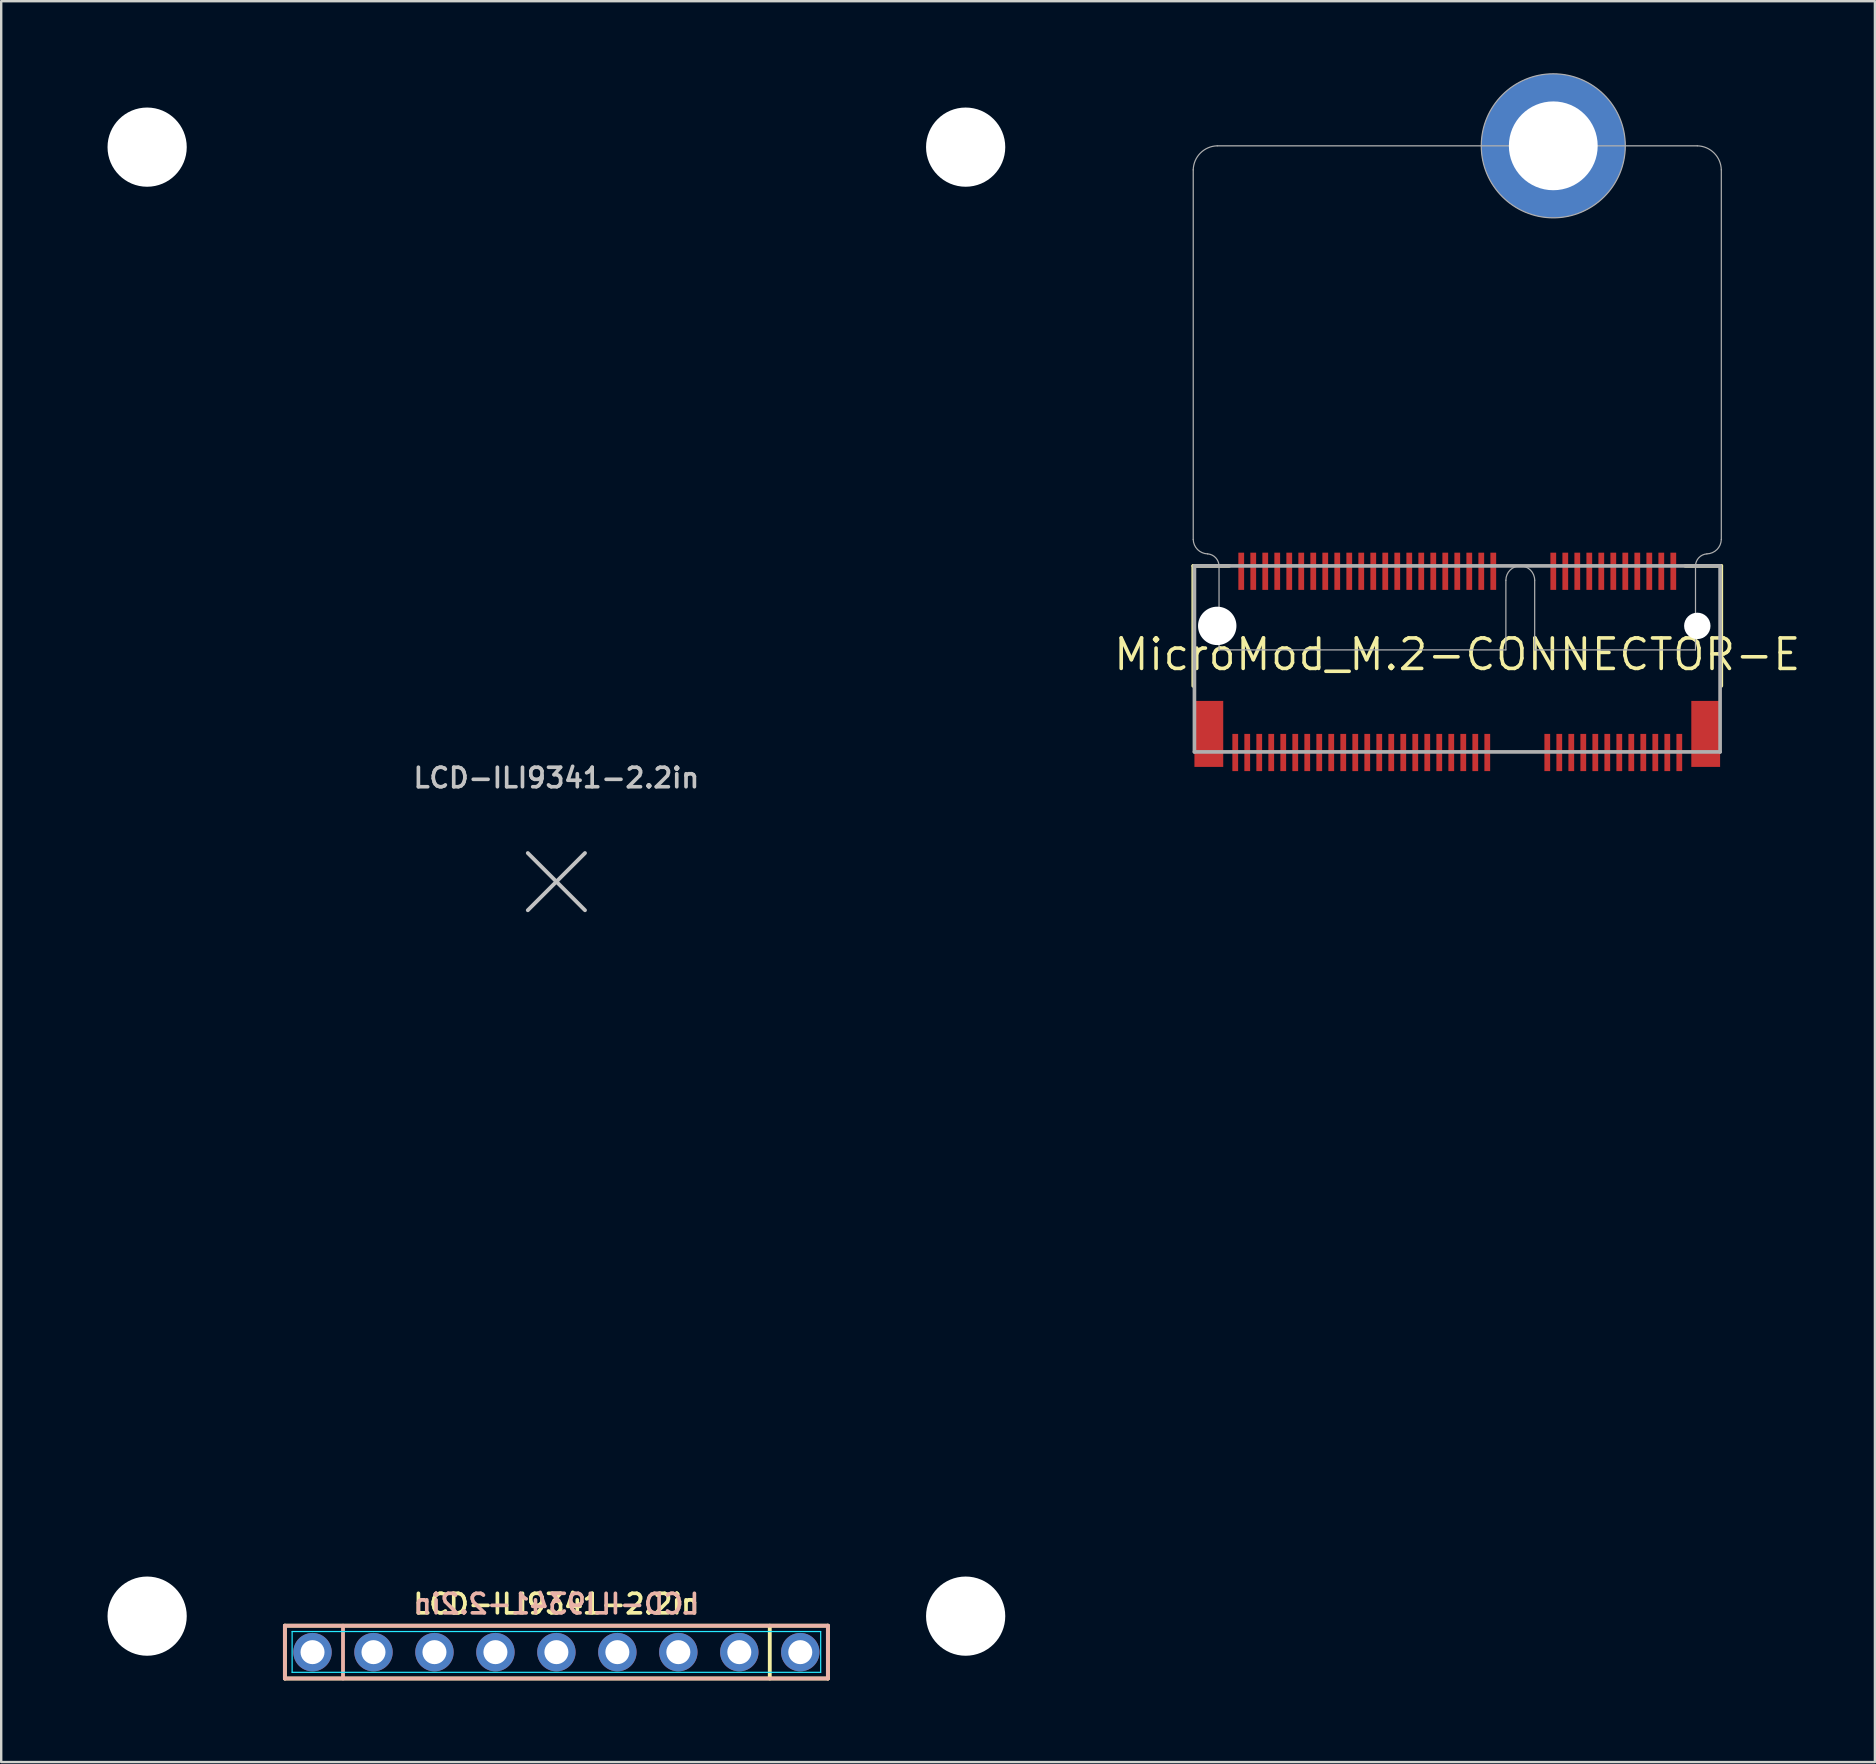
<source format=kicad_pcb>
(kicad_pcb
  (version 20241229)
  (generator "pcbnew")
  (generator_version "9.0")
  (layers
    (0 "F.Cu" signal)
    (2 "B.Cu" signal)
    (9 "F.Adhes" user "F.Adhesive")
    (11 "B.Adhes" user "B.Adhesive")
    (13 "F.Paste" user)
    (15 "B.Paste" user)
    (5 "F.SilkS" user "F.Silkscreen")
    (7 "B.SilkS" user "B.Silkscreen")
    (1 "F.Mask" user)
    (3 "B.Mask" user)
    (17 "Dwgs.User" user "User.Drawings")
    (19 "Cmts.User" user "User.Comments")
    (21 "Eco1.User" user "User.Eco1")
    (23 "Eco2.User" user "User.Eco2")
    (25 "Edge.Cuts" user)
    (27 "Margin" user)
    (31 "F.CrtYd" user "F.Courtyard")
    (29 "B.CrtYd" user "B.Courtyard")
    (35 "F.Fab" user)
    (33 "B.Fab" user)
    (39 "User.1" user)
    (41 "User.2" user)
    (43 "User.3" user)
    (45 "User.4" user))
  (footprint "MicroMod_M.2-CONNECTOR-E"
    (layer "F.Cu")
    (at 57.661 23.025)
    (property "Reference" "MicroMod_M.2-CONNECTOR-E" (at 0 1.191 0) (layer "F.SilkS") (effects (font (size 1.27 1.27) (thickness 0.15))))
    (attr through_hole)
    (fp_line (start -11 2.5) (end -11 -2.5) (stroke (width 0.152) (type solid)) (layer "F.SilkS"))
    (fp_line (start -9.5 -2.5) (end -11 -2.5) (stroke (width 0.152) (type solid)) (layer "F.SilkS"))
    (fp_line (start 11 -2.5) (end 9.5 -2.5) (stroke (width 0.152) (type solid)) (layer "F.SilkS"))
    (fp_line (start 11 2.5) (end 11 -2.5) (stroke (width 0.152) (type solid)) (layer "F.SilkS"))
    (fp_line (start -11 -19) (end -11 -3.6) (stroke (width 0.051) (type solid)) (layer "F.Fab"))
    (fp_line (start -10.95 -2.5) (end -10.95 5.25) (stroke (width 0.152) (type solid)) (layer "F.Fab"))
    (fp_line (start -10.95 5.25) (end 10.95 5.25) (stroke (width 0.152) (type solid)) (layer "F.Fab"))
    (fp_line (start -9.925 1) (end -9.925 -2.5) (stroke (width 0.051) (type solid)) (layer "F.Fab"))
    (fp_line (start 2.025 -1.9) (end 2.025 1) (stroke (width 0.051) (type solid)) (layer "F.Fab"))
    (fp_line (start 2.025 1) (end -9.925 1) (stroke (width 0.051) (type solid)) (layer "F.Fab"))
    (fp_line (start 3.225 -1.9) (end 3.225 1) (stroke (width 0.051) (type solid)) (layer "F.Fab"))
    (fp_line (start 9.925 -2.5) (end 9.925 1) (stroke (width 0.051) (type solid)) (layer "F.Fab"))
    (fp_line (start 9.925 1) (end 3.225 1) (stroke (width 0.051) (type solid)) (layer "F.Fab"))
    (fp_line (start 10 -20) (end -10 -20) (stroke (width 0.051) (type solid)) (layer "F.Fab"))
    (fp_line (start 10.95 -2.5) (end -10.95 -2.5) (stroke (width 0.152) (type solid)) (layer "F.Fab"))
    (fp_line (start 10.95 5.25) (end 10.95 -2.5) (stroke (width 0.152) (type solid)) (layer "F.Fab"))
    (fp_line (start 11 -19) (end 11 -3.6) (stroke (width 0.05) (type solid)) (layer "F.Fab"))
    (fp_arc (start -11 -19) (mid -10.7 -19.7) (end -10 -20) (stroke (width 0.05) (type solid)) (layer "F.Fab"))
    (fp_arc (start -10.400001 -2.999999) (mid -10.819362 -3.180638) (end -11 -3.6) (stroke (width 0.05) (type solid)) (layer "F.Fab"))
    (fp_arc (start -10.4 -3) (mid -10.066759 -2.840954) (end -9.925 -2.5) (stroke (width 0.0508) (type solid)) (layer "F.Fab"))
    (fp_arc (start 2.025 -1.9) (mid 2.625 -2.5) (end 3.225 -1.9) (stroke (width 0.0508) (type solid)) (layer "F.Fab"))
    (fp_arc (start 9.925 -2.5) (mid 10.065344 -2.842298) (end 10.4 -3) (stroke (width 0.0508) (type solid)) (layer "F.Fab"))
    (fp_arc (start 10 -20) (mid 10.7 -19.7) (end 11 -19) (stroke (width 0.05) (type solid)) (layer "F.Fab"))
    (fp_arc (start 10.999999 -3.599999) (mid 10.819361 -3.180638) (end 10.4 -3) (stroke (width 0.05) (type solid)) (layer "F.Fab"))
    (fp_circle (center 4 -20) (end 7 -20) (stroke (width 0.05) (type solid)) (fill no) (layer "F.Fab"))
    (pad "" np_thru_hole circle (at -10 0) (size 1.6 1.6) (drill 1.6) (layers "*.Cu" "*.Mask"))
    (pad "" np_thru_hole circle (at 10 0) (size 1.1 1.1) (drill 1.1) (layers "*.Cu" "*.Mask"))
    (pad "1" smd rect (at 9.25 5.275 180) (size 0.24 1.55) (layers "F.Cu" "F.Mask" "F.Paste"))
    (pad "2" smd rect (at 9 -2.275 180) (size 0.24 1.55) (layers "F.Cu" "F.Mask" "F.Paste"))
    (pad "3" smd rect (at 8.75 5.275 180) (size 0.24 1.55) (layers "F.Cu" "F.Mask" "F.Paste"))
    (pad "4" smd rect (at 8.5 -2.275 180) (size 0.24 1.55) (layers "F.Cu" "F.Mask" "F.Paste"))
    (pad "5" smd rect (at 8.25 5.275 180) (size 0.24 1.55) (layers "F.Cu" "F.Mask" "F.Paste"))
    (pad "6" smd rect (at 8 -2.275 180) (size 0.24 1.55) (layers "F.Cu" "F.Mask" "F.Paste"))
    (pad "7" smd rect (at 7.75 5.275 180) (size 0.24 1.55) (layers "F.Cu" "F.Mask" "F.Paste"))
    (pad "8" smd rect (at 7.5 -2.275 180) (size 0.24 1.55) (layers "F.Cu" "F.Mask" "F.Paste"))
    (pad "9" smd rect (at 7.25 5.275 180) (size 0.24 1.55) (layers "F.Cu" "F.Mask" "F.Paste"))
    (pad "10" smd rect (at 7 -2.275 180) (size 0.24 1.55) (layers "F.Cu" "F.Mask" "F.Paste"))
    (pad "11" smd rect (at 6.75 5.275 180) (size 0.24 1.55) (layers "F.Cu" "F.Mask" "F.Paste"))
    (pad "12" smd rect (at 6.5 -2.275 180) (size 0.24 1.55) (layers "F.Cu" "F.Mask" "F.Paste"))
    (pad "13" smd rect (at 6.25 5.275 180) (size 0.24 1.55) (layers "F.Cu" "F.Mask" "F.Paste"))
    (pad "14" smd rect (at 6 -2.275 180) (size 0.24 1.55) (layers "F.Cu" "F.Mask" "F.Paste"))
    (pad "15" smd rect (at 5.75 5.275 180) (size 0.24 1.55) (layers "F.Cu" "F.Mask" "F.Paste"))
    (pad "16" smd rect (at 5.5 -2.275 180) (size 0.24 1.55) (layers "F.Cu" "F.Mask" "F.Paste"))
    (pad "17" smd rect (at 5.25 5.275 180) (size 0.24 1.55) (layers "F.Cu" "F.Mask" "F.Paste"))
    (pad "18" smd rect (at 5 -2.275 180) (size 0.24 1.55) (layers "F.Cu" "F.Mask" "F.Paste"))
    (pad "19" smd rect (at 4.75 5.275 180) (size 0.24 1.55) (layers "F.Cu" "F.Mask" "F.Paste"))
    (pad "20" smd rect (at 4.5 -2.275 180) (size 0.24 1.55) (layers "F.Cu" "F.Mask" "F.Paste"))
    (pad "21" smd rect (at 4.25 5.275 180) (size 0.24 1.55) (layers "F.Cu" "F.Mask" "F.Paste"))
    (pad "22" smd rect (at 4 -2.275 180) (size 0.24 1.55) (layers "F.Cu" "F.Mask" "F.Paste"))
    (pad "23" smd rect (at 3.75 5.275 180) (size 0.24 1.55) (layers "F.Cu" "F.Mask" "F.Paste"))
    (pad "32" smd rect (at 1.5 -2.275 180) (size 0.24 1.55) (layers "F.Cu" "F.Mask" "F.Paste"))
    (pad "33" smd rect (at 1.25 5.275 180) (size 0.24 1.55) (layers "F.Cu" "F.Mask" "F.Paste"))
    (pad "34" smd rect (at 1 -2.275 180) (size 0.24 1.55) (layers "F.Cu" "F.Mask" "F.Paste"))
    (pad "35" smd rect (at 0.75 5.275 180) (size 0.24 1.55) (layers "F.Cu" "F.Mask" "F.Paste"))
    (pad "36" smd rect (at 0.5 -2.275 180) (size 0.24 1.55) (layers "F.Cu" "F.Mask" "F.Paste"))
    (pad "37" smd rect (at 0.25 5.275 180) (size 0.24 1.55) (layers "F.Cu" "F.Mask" "F.Paste"))
    (pad "38" smd rect (at 0 -2.275 180) (size 0.24 1.55) (layers "F.Cu" "F.Mask" "F.Paste"))
    (pad "39" smd rect (at -0.25 5.275 180) (size 0.24 1.55) (layers "F.Cu" "F.Mask" "F.Paste"))
    (pad "40" smd rect (at -0.5 -2.275 180) (size 0.24 1.55) (layers "F.Cu" "F.Mask" "F.Paste"))
    (pad "41" smd rect (at -0.75 5.275 180) (size 0.24 1.55) (layers "F.Cu" "F.Mask" "F.Paste"))
    (pad "42" smd rect (at -1 -2.275 180) (size 0.24 1.55) (layers "F.Cu" "F.Mask" "F.Paste"))
    (pad "43" smd rect (at -1.25 5.275 180) (size 0.24 1.55) (layers "F.Cu" "F.Mask" "F.Paste"))
    (pad "44" smd rect (at -1.5 -2.275 180) (size 0.24 1.55) (layers "F.Cu" "F.Mask" "F.Paste"))
    (pad "45" smd rect (at -1.75 5.275 180) (size 0.24 1.55) (layers "F.Cu" "F.Mask" "F.Paste"))
    (pad "46" smd rect (at -2 -2.275 180) (size 0.24 1.55) (layers "F.Cu" "F.Mask" "F.Paste"))
    (pad "47" smd rect (at -2.25 5.275 180) (size 0.24 1.55) (layers "F.Cu" "F.Mask" "F.Paste"))
    (pad "48" smd rect (at -2.5 -2.275 180) (size 0.24 1.55) (layers "F.Cu" "F.Mask" "F.Paste"))
    (pad "49" smd rect (at -2.75 5.275 180) (size 0.24 1.55) (layers "F.Cu" "F.Mask" "F.Paste"))
    (pad "50" smd rect (at -3 -2.275 180) (size 0.24 1.55) (layers "F.Cu" "F.Mask" "F.Paste"))
    (pad "51" smd rect (at -3.25 5.275 180) (size 0.24 1.55) (layers "F.Cu" "F.Mask" "F.Paste"))
    (pad "52" smd rect (at -3.5 -2.275 180) (size 0.24 1.55) (layers "F.Cu" "F.Mask" "F.Paste"))
    (pad "53" smd rect (at -3.75 5.275 180) (size 0.24 1.55) (layers "F.Cu" "F.Mask" "F.Paste"))
    (pad "54" smd rect (at -4 -2.275 180) (size 0.24 1.55) (layers "F.Cu" "F.Mask" "F.Paste"))
    (pad "55" smd rect (at -4.25 5.275 180) (size 0.24 1.55) (layers "F.Cu" "F.Mask" "F.Paste"))
    (pad "56" smd rect (at -4.5 -2.275 180) (size 0.24 1.55) (layers "F.Cu" "F.Mask" "F.Paste"))
    (pad "57" smd rect (at -4.75 5.275 180) (size 0.24 1.55) (layers "F.Cu" "F.Mask" "F.Paste"))
    (pad "58" smd rect (at -5 -2.275 180) (size 0.24 1.55) (layers "F.Cu" "F.Mask" "F.Paste"))
    (pad "59" smd rect (at -5.25 5.275 180) (size 0.24 1.55) (layers "F.Cu" "F.Mask" "F.Paste"))
    (pad "60" smd rect (at -5.5 -2.275 180) (size 0.24 1.55) (layers "F.Cu" "F.Mask" "F.Paste"))
    (pad "61" smd rect (at -5.75 5.275 180) (size 0.24 1.55) (layers "F.Cu" "F.Mask" "F.Paste"))
    (pad "62" smd rect (at -6 -2.275 180) (size 0.24 1.55) (layers "F.Cu" "F.Mask" "F.Paste"))
    (pad "63" smd rect (at -6.25 5.275 180) (size 0.24 1.55) (layers "F.Cu" "F.Mask" "F.Paste"))
    (pad "64" smd rect (at -6.5 -2.275 180) (size 0.24 1.55) (layers "F.Cu" "F.Mask" "F.Paste"))
    (pad "65" smd rect (at -6.75 5.275 180) (size 0.24 1.55) (layers "F.Cu" "F.Mask" "F.Paste"))
    (pad "66" smd rect (at -7 -2.275 180) (size 0.24 1.55) (layers "F.Cu" "F.Mask" "F.Paste"))
    (pad "67" smd rect (at -7.25 5.275 180) (size 0.24 1.55) (layers "F.Cu" "F.Mask" "F.Paste"))
    (pad "68" smd rect (at -7.5 -2.275 180) (size 0.24 1.55) (layers "F.Cu" "F.Mask" "F.Paste"))
    (pad "69" smd rect (at -7.75 5.275 180) (size 0.24 1.55) (layers "F.Cu" "F.Mask" "F.Paste"))
    (pad "70" smd rect (at -8 -2.275 180) (size 0.24 1.55) (layers "F.Cu" "F.Mask" "F.Paste"))
    (pad "71" smd rect (at -8.25 5.275 180) (size 0.24 1.55) (layers "F.Cu" "F.Mask" "F.Paste"))
    (pad "72" smd rect (at -8.5 -2.275 180) (size 0.24 1.55) (layers "F.Cu" "F.Mask" "F.Paste"))
    (pad "73" smd rect (at -8.75 5.275 180) (size 0.24 1.55) (layers "F.Cu" "F.Mask" "F.Paste"))
    (pad "74" smd rect (at -9 -2.275 180) (size 0.24 1.55) (layers "F.Cu" "F.Mask" "F.Paste"))
    (pad "75" smd rect (at -9.25 5.275 180) (size 0.24 1.55) (layers "F.Cu" "F.Mask" "F.Paste"))
    (pad "A1" smd rect (at 10.35 4.5 180) (size 1.2 2.75) (layers "F.Cu" "F.Mask" "F.Paste"))
    (pad "A2" smd rect (at -10.35 4.5 180) (size 1.2 2.75) (layers "F.Cu" "F.Mask" "F.Paste"))
    (pad "A3" thru_hole circle (at 4 -20) (size 6 6) (drill 3.7) (layers "*.Cu" "*.Mask")))
  (footprint "LCD-ILI9341-2.2in"
    (layer "F.Cu")
    (at 20.13 33.68)
    (property "Reference" "LCD-ILI9341-2.2in" (at 0 -4.322 180) (layer "Dwgs.User") (effects (font (size 0.813 0.813) (thickness 0.152))))
    (attr through_hole)
    (fp_line (start -11.311 30.998) (end 11.311 30.998) (stroke (width 0.16) (type solid)) (layer "F.SilkS"))
    (fp_line (start -11.311 33.198) (end -11.311 30.998) (stroke (width 0.16) (type solid)) (layer "F.SilkS"))
    (fp_line (start 8.89 33.198) (end 8.89 30.998) (stroke (width 0.16) (type solid)) (layer "F.SilkS"))
    (fp_line (start 11.311 30.998) (end 11.311 33.198) (stroke (width 0.16) (type solid)) (layer "F.SilkS"))
    (fp_line (start 11.311 33.198) (end -11.311 33.198) (stroke (width 0.16) (type solid)) (layer "F.SilkS"))
    (fp_line (start -11.311 30.998) (end -11.311 33.198) (stroke (width 0.16) (type solid)) (layer "B.SilkS"))
    (fp_line (start -11.311 33.198) (end 11.311 33.198) (stroke (width 0.16) (type solid)) (layer "B.SilkS"))
    (fp_line (start -8.89 33.198) (end -8.89 30.998) (stroke (width 0.16) (type solid)) (layer "B.SilkS"))
    (fp_line (start 11.311 30.998) (end -11.311 30.998) (stroke (width 0.16) (type solid)) (layer "B.SilkS"))
    (fp_line (start 11.311 33.198) (end 11.311 30.998) (stroke (width 0.16) (type solid)) (layer "B.SilkS"))
    (fp_line (start -1.191 -1.191) (end 1.191 1.191) (stroke (width 0.16) (type solid)) (layer "Dwgs.User"))
    (fp_line (start 1.191 -1.191) (end -1.191 1.191) (stroke (width 0.16) (type solid)) (layer "Dwgs.User"))
    (fp_line (start -20.05 -33.6) (end -20.05 33.6) (stroke (width 0.16) (type solid)) (layer "Eco1.User"))
    (fp_line (start -20.05 -33.6) (end 20.05 -33.6) (stroke (width 0.16) (type solid)) (layer "Eco1.User"))
    (fp_line (start -20.05 33.6) (end 20.05 33.6) (stroke (width 0.16) (type solid)) (layer "Eco1.User"))
    (fp_line (start 20.05 -33.6) (end 20.05 33.6) (stroke (width 0.16) (type solid)) (layer "Eco1.User"))
    (fp_line (start -11.01 31.241) (end 11.01 31.241) (stroke (width 0.05) (type solid)) (layer "B.CrtYd"))
    (fp_line (start -11.01 32.941) (end -11.01 31.241) (stroke (width 0.05) (type solid)) (layer "B.CrtYd"))
    (fp_line (start 11.01 31.241) (end 11.01 32.941) (stroke (width 0.05) (type solid)) (layer "B.CrtYd"))
    (fp_line (start 11.01 32.941) (end -11.01 32.941) (stroke (width 0.05) (type solid)) (layer "B.CrtYd"))
    (fp_text user "${REFERENCE}" (at 0 30.093 180) (layer "F.SilkS") (effects (font (size 0.813 0.813) (thickness 0.152))))
    (fp_text user "${REFERENCE}" (at 0 30.093 0) (layer "B.SilkS") (effects (font (size 0.813 0.813) (thickness 0.152)) (justify mirror)))
    (pad "" np_thru_hole circle (at -17.05 -30.6) (size 3.3 3.3) (drill 3.3) (layers "*.Cu" "*.Mask"))
    (pad "" np_thru_hole circle (at -17.05 30.6) (size 3.3 3.3) (drill 3.3) (layers "*.Cu" "*.Mask"))
    (pad "" np_thru_hole circle (at 17.05 -30.6) (size 3.3 3.3) (drill 3.3) (layers "*.Cu" "*.Mask"))
    (pad "" np_thru_hole circle (at 17.05 30.6 90) (size 3.3 3.3) (drill 3.3) (layers "*.Cu" "*.Mask"))
    (pad "1" thru_hole circle (at -10.16 32.1 180) (size 1.6 1.6) (drill 1) (layers "*.Cu" "*.Mask"))
    (pad "2" thru_hole circle (at -7.62 32.1 180) (size 1.6 1.6) (drill 1) (layers "*.Cu" "*.Mask"))
    (pad "3" thru_hole circle (at -5.08 32.1 180) (size 1.6 1.6) (drill 1) (layers "*.Cu" "*.Mask"))
    (pad "4" thru_hole circle (at -2.54 32.1 180) (size 1.6 1.6) (drill 1) (layers "*.Cu" "*.Mask"))
    (pad "5" thru_hole circle (at 0 32.1 180) (size 1.6 1.6) (drill 1) (layers "*.Cu" "*.Mask"))
    (pad "6" thru_hole circle (at 2.54 32.1 180) (size 1.6 1.6) (drill 1) (layers "*.Cu" "*.Mask"))
    (pad "7" thru_hole circle (at 5.08 32.1 180) (size 1.6 1.6) (drill 1) (layers "*.Cu" "*.Mask"))
    (pad "8" thru_hole circle (at 7.62 32.1 180) (size 1.6 1.6) (drill 1) (layers "*.Cu" "*.Mask"))
    (pad "9" thru_hole circle (at 10.16 32.1 180) (size 1.6 1.6) (drill 1) (layers "*.Cu" "*.Mask")))
  (gr_rect
    (start -3 -3)
    (end 75.061 70.36)
    (stroke (width 0.1) (type default))
    (fill no)
    (layer "Edge.Cuts")))
</source>
